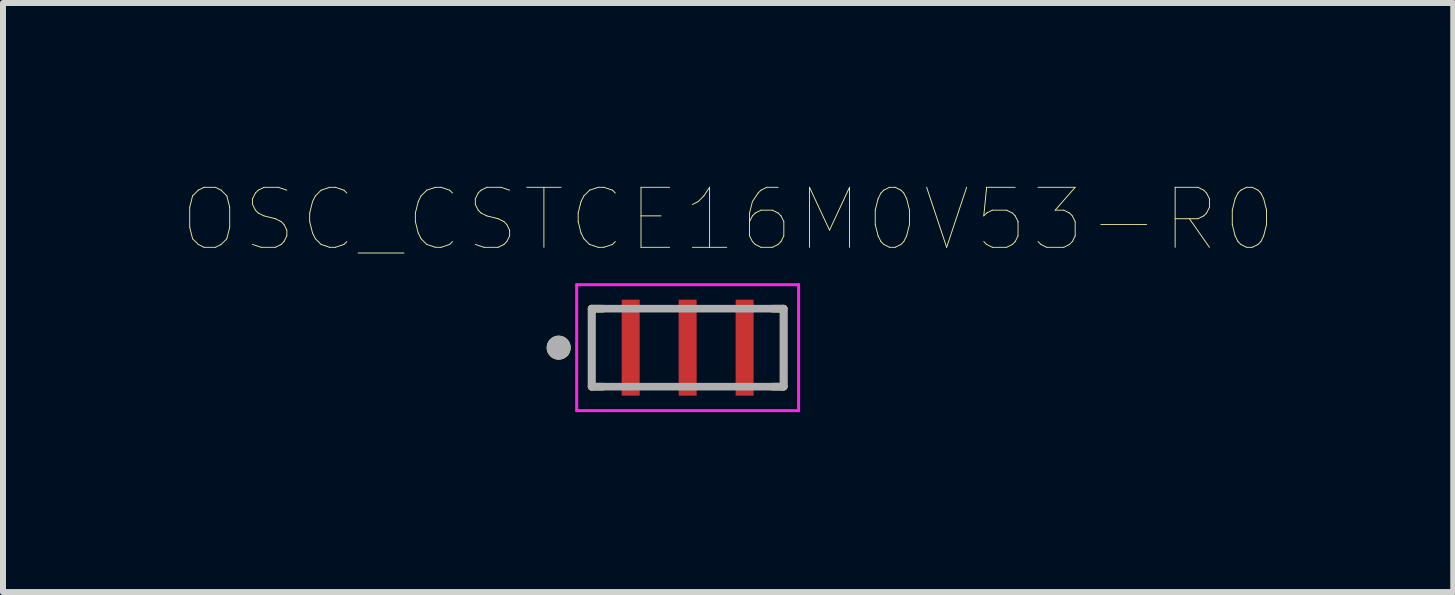
<source format=kicad_pcb>
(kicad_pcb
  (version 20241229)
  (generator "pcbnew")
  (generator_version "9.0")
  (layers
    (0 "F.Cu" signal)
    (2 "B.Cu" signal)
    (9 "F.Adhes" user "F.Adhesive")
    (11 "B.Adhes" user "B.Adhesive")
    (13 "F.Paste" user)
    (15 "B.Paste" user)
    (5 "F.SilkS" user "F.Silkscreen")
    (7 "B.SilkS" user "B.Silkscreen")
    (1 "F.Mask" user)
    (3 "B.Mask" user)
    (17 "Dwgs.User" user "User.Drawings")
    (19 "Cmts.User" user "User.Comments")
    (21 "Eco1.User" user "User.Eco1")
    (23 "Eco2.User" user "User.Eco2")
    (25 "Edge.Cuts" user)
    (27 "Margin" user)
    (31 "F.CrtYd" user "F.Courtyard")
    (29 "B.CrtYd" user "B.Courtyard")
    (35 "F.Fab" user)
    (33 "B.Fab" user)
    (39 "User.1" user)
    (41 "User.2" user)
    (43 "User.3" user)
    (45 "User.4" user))
  (footprint "OSC_CSTCE16M0V53-R0"
    (layer "F.Cu")
    (at 8.414 2.746)
    (property "Reference" "OSC_CSTCE16M0V53-R0" (at 0.675 -2.135 0) (layer "F.SilkS") (effects (font (size 1 1) (thickness 0.015))))
    (attr through_hole)
    (fp_line (start -1.6 -0.65) (end -1.6 0.65) (stroke (width 0.127) (type solid)) (layer "F.SilkS"))
    (fp_line (start -1.6 -0.65) (end -1.413 -0.65) (stroke (width 0.127) (type solid)) (layer "F.SilkS"))
    (fp_line (start -1.6 0.65) (end -1.413 0.65) (stroke (width 0.127) (type solid)) (layer "F.SilkS"))
    (fp_line (start 1.6 -0.65) (end 1.413 -0.65) (stroke (width 0.127) (type solid)) (layer "F.SilkS"))
    (fp_line (start 1.6 -0.65) (end 1.6 0.65) (stroke (width 0.127) (type solid)) (layer "F.SilkS"))
    (fp_line (start 1.6 0.65) (end 1.413 0.65) (stroke (width 0.127) (type solid)) (layer "F.SilkS"))
    (fp_circle (center -2.15 0) (end -2.05 0) (stroke (width 0.2) (type solid)) (fill no) (layer "F.SilkS"))
    (fp_line (start -1.85 -1.05) (end 1.85 -1.05) (stroke (width 0.05) (type solid)) (layer "F.CrtYd"))
    (fp_line (start -1.85 1.05) (end -1.85 -1.05) (stroke (width 0.05) (type solid)) (layer "F.CrtYd"))
    (fp_line (start 1.85 -1.05) (end 1.85 1.05) (stroke (width 0.05) (type solid)) (layer "F.CrtYd"))
    (fp_line (start 1.85 1.05) (end -1.85 1.05) (stroke (width 0.05) (type solid)) (layer "F.CrtYd"))
    (fp_line (start -1.6 -0.65) (end -1.6 0.65) (stroke (width 0.127) (type solid)) (layer "F.Fab"))
    (fp_line (start -1.6 -0.65) (end 1.6 -0.65) (stroke (width 0.127) (type solid)) (layer "F.Fab"))
    (fp_line (start 1.6 -0.65) (end 1.6 0.65) (stroke (width 0.127) (type solid)) (layer "F.Fab"))
    (fp_line (start 1.6 0.65) (end -1.6 0.65) (stroke (width 0.127) (type solid)) (layer "F.Fab"))
    (fp_circle (center -2.15 0) (end -2.05 0) (stroke (width 0.2) (type solid)) (fill no) (layer "F.Fab"))
    (pad "1" smd rect (at -0.95 0) (size 0.3 1.6) (layers "F.Cu" "F.Mask" "F.Paste"))
    (pad "2" smd rect (at 0 0) (size 0.3 1.6) (layers "F.Cu" "F.Mask" "F.Paste"))
    (pad "3" smd rect (at 0.95 0) (size 0.3 1.6) (layers "F.Cu" "F.Mask" "F.Paste")))
  (gr_rect
    (start -3 -3)
    (end 21.178 6.821)
    (stroke (width 0.1) (type default))
    (fill no)
    (layer "Edge.Cuts")))
</source>
